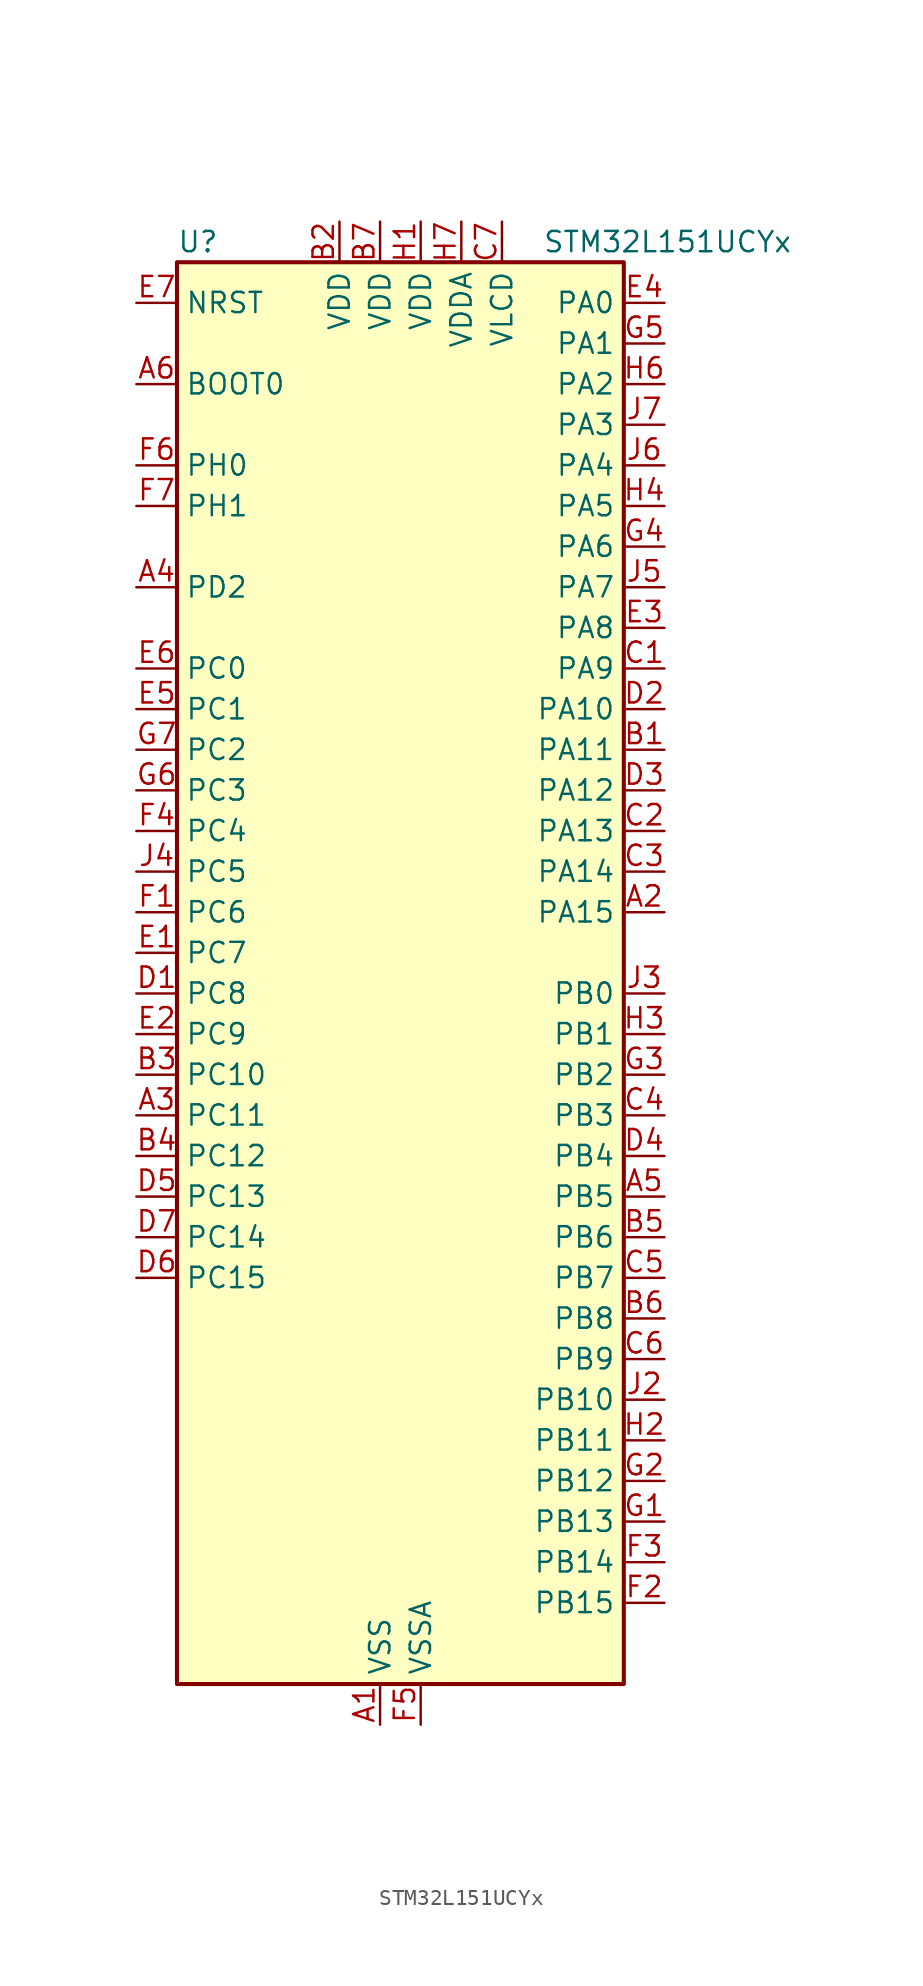
<source format=kicad_sym>
(kicad_symbol_lib
  (version 20220914)
  (generator kicad_symbol_editor)
  (symbol "STM32L151UCYx"
    (property "Reference" "U"
      (at -12.7 46.99 0)
      (effects (font (size 1.27 1.27)) (justify left)))
    (property "Value" "STM32L151UCYx"
      (at 10.16 46.99 0)
      (effects (font (size 1.27 1.27)) (justify left)))
    (property "ki_locked" ""
      (at 0 0 0)
      (effects (font (size 1.27 1.27))))
    (symbol "STM32L151UCYx_0_1"
      (rectangle (start -12.7 -43.18) (end 15.24 45.72) (stroke (width 0.254) (type default)) (fill (type background))))
    (symbol "STM32L151UCYx_1_1"
      (pin power_in line (at 0 -45.72 90) (length 2.54) (name "VSS" (effects (font (size 1.27 1.27)))) (number "A1" (effects (font (size 1.27 1.27)))))
      (pin bidirectional line (at 17.78 5.08 180) (length 2.54) (name "PA15" (effects (font (size 1.27 1.27)))) (number "A2" (effects (font (size 1.27 1.27)))) (alternate "ADC_EXTI15" bidirectional line) (alternate "I2S3_WS" bidirectional line) (alternate "SPI1_NSS" bidirectional line) (alternate "SPI3_NSS" bidirectional line) (alternate "SYS_JTDI" bidirectional line) (alternate "TIM2_CH1" bidirectional line) (alternate "TIM2_ETR" bidirectional line) (alternate "TIMX_IC4" bidirectional line) (alternate "TS_G5_IO3" bidirectional line))
      (pin bidirectional line (at -15.24 -7.62 0) (length 2.54) (name "PC11" (effects (font (size 1.27 1.27)))) (number "A3" (effects (font (size 1.27 1.27)))) (alternate "ADC_EXTI11" bidirectional line) (alternate "SPI3_MISO" bidirectional line) (alternate "TIMX_IC4" bidirectional line) (alternate "USART3_RX" bidirectional line))
      (pin bidirectional line (at -15.24 25.4 0) (length 2.54) (name "PD2" (effects (font (size 1.27 1.27)))) (number "A4" (effects (font (size 1.27 1.27)))) (alternate "TIM3_ETR" bidirectional line) (alternate "TIMX_IC3" bidirectional line))
      (pin bidirectional line (at 17.78 -12.7 180) (length 2.54) (name "PB5" (effects (font (size 1.27 1.27)))) (number "A5" (effects (font (size 1.27 1.27)))) (alternate "COMP2_INP" bidirectional line) (alternate "I2C1_SMBA" bidirectional line) (alternate "I2S3_SD" bidirectional line) (alternate "SPI1_MOSI" bidirectional line) (alternate "SPI3_MOSI" bidirectional line) (alternate "TIM3_CH2" bidirectional line) (alternate "TS_G6_IO2" bidirectional line))
      (pin input line (at -15.24 38.1 0) (length 2.54) (name "BOOT0" (effects (font (size 1.27 1.27)))) (number "A6" (effects (font (size 1.27 1.27)))))
      (pin passive line (at 0 -45.72 90) (length 2.54) hide (name "VSS" (effects (font (size 1.27 1.27)))) (number "A7" (effects (font (size 1.27 1.27)))))
      (pin bidirectional line (at 17.78 15.24 180) (length 2.54) (name "PA11" (effects (font (size 1.27 1.27)))) (number "B1" (effects (font (size 1.27 1.27)))) (alternate "ADC_EXTI11" bidirectional line) (alternate "SPI1_MISO" bidirectional line) (alternate "TIMX_IC4" bidirectional line) (alternate "USART1_CTS" bidirectional line) (alternate "USB_DM" bidirectional line))
      (pin power_in line (at -2.54 48.26 270) (length 2.54) (name "VDD" (effects (font (size 1.27 1.27)))) (number "B2" (effects (font (size 1.27 1.27)))))
      (pin bidirectional line (at -15.24 -5.08 0) (length 2.54) (name "PC10" (effects (font (size 1.27 1.27)))) (number "B3" (effects (font (size 1.27 1.27)))) (alternate "I2S3_CK" bidirectional line) (alternate "SPI3_SCK" bidirectional line) (alternate "TIMX_IC3" bidirectional line) (alternate "USART3_TX" bidirectional line))
      (pin bidirectional line (at -15.24 -10.16 0) (length 2.54) (name "PC12" (effects (font (size 1.27 1.27)))) (number "B4" (effects (font (size 1.27 1.27)))) (alternate "I2S3_SD" bidirectional line) (alternate "SPI3_MOSI" bidirectional line) (alternate "TIMX_IC1" bidirectional line) (alternate "USART3_CK" bidirectional line))
      (pin bidirectional line (at 17.78 -15.24 180) (length 2.54) (name "PB6" (effects (font (size 1.27 1.27)))) (number "B5" (effects (font (size 1.27 1.27)))) (alternate "COMP2_INP" bidirectional line) (alternate "I2C1_SCL" bidirectional line) (alternate "TIM4_CH1" bidirectional line) (alternate "TS_G6_IO3" bidirectional line) (alternate "USART1_TX" bidirectional line))
      (pin bidirectional line (at 17.78 -20.32 180) (length 2.54) (name "PB8" (effects (font (size 1.27 1.27)))) (number "B6" (effects (font (size 1.27 1.27)))) (alternate "I2C1_SCL" bidirectional line) (alternate "TIM10_CH1" bidirectional line) (alternate "TIM4_CH3" bidirectional line))
      (pin power_in line (at 0 48.26 270) (length 2.54) (name "VDD" (effects (font (size 1.27 1.27)))) (number "B7" (effects (font (size 1.27 1.27)))))
      (pin bidirectional line (at 17.78 20.32 180) (length 2.54) (name "PA9" (effects (font (size 1.27 1.27)))) (number "C1" (effects (font (size 1.27 1.27)))) (alternate "DAC_EXTI9" bidirectional line) (alternate "TIMX_IC2" bidirectional line) (alternate "TS_G4_IO2" bidirectional line) (alternate "USART1_TX" bidirectional line))
      (pin bidirectional line (at 17.78 10.16 180) (length 2.54) (name "PA13" (effects (font (size 1.27 1.27)))) (number "C2" (effects (font (size 1.27 1.27)))) (alternate "SYS_JTMS-SWDIO" bidirectional line) (alternate "TIMX_IC2" bidirectional line) (alternate "TS_G5_IO1" bidirectional line))
      (pin bidirectional line (at 17.78 7.62 180) (length 2.54) (name "PA14" (effects (font (size 1.27 1.27)))) (number "C3" (effects (font (size 1.27 1.27)))) (alternate "SYS_JTCK-SWCLK" bidirectional line) (alternate "TIMX_IC3" bidirectional line) (alternate "TS_G5_IO2" bidirectional line))
      (pin bidirectional line (at 17.78 -7.62 180) (length 2.54) (name "PB3" (effects (font (size 1.27 1.27)))) (number "C4" (effects (font (size 1.27 1.27)))) (alternate "COMP2_INM" bidirectional line) (alternate "I2S3_CK" bidirectional line) (alternate "SPI1_SCK" bidirectional line) (alternate "SPI3_SCK" bidirectional line) (alternate "SYS_JTDO-TRACESWO" bidirectional line) (alternate "TIM2_CH2" bidirectional line))
      (pin bidirectional line (at 17.78 -17.78 180) (length 2.54) (name "PB7" (effects (font (size 1.27 1.27)))) (number "C5" (effects (font (size 1.27 1.27)))) (alternate "COMP2_INP" bidirectional line) (alternate "I2C1_SDA" bidirectional line) (alternate "SYS_PVD_IN" bidirectional line) (alternate "TIM4_CH2" bidirectional line) (alternate "TS_G6_IO4" bidirectional line) (alternate "USART1_RX" bidirectional line))
      (pin bidirectional line (at 17.78 -22.86 180) (length 2.54) (name "PB9" (effects (font (size 1.27 1.27)))) (number "C6" (effects (font (size 1.27 1.27)))) (alternate "DAC_EXTI9" bidirectional line) (alternate "I2C1_SDA" bidirectional line) (alternate "TIM11_CH1" bidirectional line) (alternate "TIM4_CH4" bidirectional line))
      (pin power_in line (at 7.62 48.26 270) (length 2.54) (name "VLCD" (effects (font (size 1.27 1.27)))) (number "C7" (effects (font (size 1.27 1.27)))))
      (pin bidirectional line (at -15.24 0 0) (length 2.54) (name "PC8" (effects (font (size 1.27 1.27)))) (number "D1" (effects (font (size 1.27 1.27)))) (alternate "TIM3_CH3" bidirectional line) (alternate "TIMX_IC1" bidirectional line) (alternate "TS_G10_IO3" bidirectional line))
      (pin bidirectional line (at 17.78 17.78 180) (length 2.54) (name "PA10" (effects (font (size 1.27 1.27)))) (number "D2" (effects (font (size 1.27 1.27)))) (alternate "TIMX_IC3" bidirectional line) (alternate "TS_G4_IO3" bidirectional line) (alternate "USART1_RX" bidirectional line))
      (pin bidirectional line (at 17.78 12.7 180) (length 2.54) (name "PA12" (effects (font (size 1.27 1.27)))) (number "D3" (effects (font (size 1.27 1.27)))) (alternate "SPI1_MOSI" bidirectional line) (alternate "TIMX_IC1" bidirectional line) (alternate "USART1_RTS" bidirectional line) (alternate "USB_DP" bidirectional line))
      (pin bidirectional line (at 17.78 -10.16 180) (length 2.54) (name "PB4" (effects (font (size 1.27 1.27)))) (number "D4" (effects (font (size 1.27 1.27)))) (alternate "COMP2_INP" bidirectional line) (alternate "SPI1_MISO" bidirectional line) (alternate "SPI3_MISO" bidirectional line) (alternate "SYS_JTRST" bidirectional line) (alternate "TIM3_CH1" bidirectional line) (alternate "TS_G6_IO1" bidirectional line))
      (pin bidirectional line (at -15.24 -12.7 0) (length 2.54) (name "PC13" (effects (font (size 1.27 1.27)))) (number "D5" (effects (font (size 1.27 1.27)))) (alternate "RTC_OUT_ALARM" bidirectional line) (alternate "RTC_OUT_CALIB" bidirectional line) (alternate "RTC_TAMP1" bidirectional line) (alternate "RTC_TS" bidirectional line) (alternate "SYS_WKUP2" bidirectional line) (alternate "TIMX_IC2" bidirectional line))
      (pin bidirectional line (at -15.24 -17.78 0) (length 2.54) (name "PC15" (effects (font (size 1.27 1.27)))) (number "D6" (effects (font (size 1.27 1.27)))) (alternate "ADC_EXTI15" bidirectional line) (alternate "RCC_OSC32_OUT" bidirectional line) (alternate "TIMX_IC4" bidirectional line))
      (pin bidirectional line (at -15.24 -15.24 0) (length 2.54) (name "PC14" (effects (font (size 1.27 1.27)))) (number "D7" (effects (font (size 1.27 1.27)))) (alternate "RCC_OSC32_IN" bidirectional line) (alternate "TIMX_IC3" bidirectional line))
      (pin bidirectional line (at -15.24 2.54 0) (length 2.54) (name "PC7" (effects (font (size 1.27 1.27)))) (number "E1" (effects (font (size 1.27 1.27)))) (alternate "I2S3_MCK" bidirectional line) (alternate "TIM3_CH2" bidirectional line) (alternate "TIMX_IC4" bidirectional line) (alternate "TS_G10_IO2" bidirectional line))
      (pin bidirectional line (at -15.24 -2.54 0) (length 2.54) (name "PC9" (effects (font (size 1.27 1.27)))) (number "E2" (effects (font (size 1.27 1.27)))) (alternate "DAC_EXTI9" bidirectional line) (alternate "TIM3_CH4" bidirectional line) (alternate "TIMX_IC2" bidirectional line) (alternate "TS_G10_IO4" bidirectional line))
      (pin bidirectional line (at 17.78 22.86 180) (length 2.54) (name "PA8" (effects (font (size 1.27 1.27)))) (number "E3" (effects (font (size 1.27 1.27)))) (alternate "RCC_MCO" bidirectional line) (alternate "TIMX_IC1" bidirectional line) (alternate "TS_G4_IO1" bidirectional line) (alternate "USART1_CK" bidirectional line))
      (pin bidirectional line (at 17.78 43.18 180) (length 2.54) (name "PA0" (effects (font (size 1.27 1.27)))) (number "E4" (effects (font (size 1.27 1.27)))) (alternate "ADC_IN0" bidirectional line) (alternate "COMP1_INP" bidirectional line) (alternate "RTC_TAMP2" bidirectional line) (alternate "SYS_WKUP1" bidirectional line) (alternate "TIM2_CH1" bidirectional line) (alternate "TIM2_ETR" bidirectional line) (alternate "TIM5_CH1" bidirectional line) (alternate "TIMX_IC1" bidirectional line) (alternate "TS_G1_IO1" bidirectional line) (alternate "USART2_CTS" bidirectional line))
      (pin bidirectional line (at -15.24 17.78 0) (length 2.54) (name "PC1" (effects (font (size 1.27 1.27)))) (number "E5" (effects (font (size 1.27 1.27)))) (alternate "ADC_IN11" bidirectional line) (alternate "COMP1_INP" bidirectional line) (alternate "TIMX_IC2" bidirectional line) (alternate "TS_G8_IO2" bidirectional line))
      (pin bidirectional line (at -15.24 20.32 0) (length 2.54) (name "PC0" (effects (font (size 1.27 1.27)))) (number "E6" (effects (font (size 1.27 1.27)))) (alternate "ADC_IN10" bidirectional line) (alternate "COMP1_INP" bidirectional line) (alternate "TIMX_IC1" bidirectional line) (alternate "TS_G8_IO1" bidirectional line))
      (pin input line (at -15.24 43.18 0) (length 2.54) (name "NRST" (effects (font (size 1.27 1.27)))) (number "E7" (effects (font (size 1.27 1.27)))))
      (pin bidirectional line (at -15.24 5.08 0) (length 2.54) (name "PC6" (effects (font (size 1.27 1.27)))) (number "F1" (effects (font (size 1.27 1.27)))) (alternate "I2S2_MCK" bidirectional line) (alternate "TIM3_CH1" bidirectional line) (alternate "TIMX_IC3" bidirectional line) (alternate "TS_G10_IO1" bidirectional line))
      (pin bidirectional line (at 17.78 -38.1 180) (length 2.54) (name "PB15" (effects (font (size 1.27 1.27)))) (number "F2" (effects (font (size 1.27 1.27)))) (alternate "ADC_EXTI15" bidirectional line) (alternate "ADC_IN21" bidirectional line) (alternate "COMP1_INP" bidirectional line) (alternate "I2S2_SD" bidirectional line) (alternate "RTC_REFIN" bidirectional line) (alternate "SPI2_MOSI" bidirectional line) (alternate "TIM11_CH1" bidirectional line) (alternate "TS_G7_IO4" bidirectional line))
      (pin bidirectional line (at 17.78 -35.56 180) (length 2.54) (name "PB14" (effects (font (size 1.27 1.27)))) (number "F3" (effects (font (size 1.27 1.27)))) (alternate "ADC_IN20" bidirectional line) (alternate "COMP1_INP" bidirectional line) (alternate "SPI2_MISO" bidirectional line) (alternate "TIM9_CH2" bidirectional line) (alternate "TS_G7_IO3" bidirectional line) (alternate "USART3_RTS" bidirectional line))
      (pin bidirectional line (at -15.24 10.16 0) (length 2.54) (name "PC4" (effects (font (size 1.27 1.27)))) (number "F4" (effects (font (size 1.27 1.27)))) (alternate "ADC_IN14" bidirectional line) (alternate "COMP1_INP" bidirectional line) (alternate "TIMX_IC1" bidirectional line) (alternate "TS_G9_IO1" bidirectional line))
      (pin power_in line (at 2.54 -45.72 90) (length 2.54) (name "VSSA" (effects (font (size 1.27 1.27)))) (number "F5" (effects (font (size 1.27 1.27)))))
      (pin bidirectional line (at -15.24 33.02 0) (length 2.54) (name "PH0" (effects (font (size 1.27 1.27)))) (number "F6" (effects (font (size 1.27 1.27)))) (alternate "RCC_OSC_IN" bidirectional line))
      (pin bidirectional line (at -15.24 30.48 0) (length 2.54) (name "PH1" (effects (font (size 1.27 1.27)))) (number "F7" (effects (font (size 1.27 1.27)))) (alternate "RCC_OSC_OUT" bidirectional line))
      (pin bidirectional line (at 17.78 -33.02 180) (length 2.54) (name "PB13" (effects (font (size 1.27 1.27)))) (number "G1" (effects (font (size 1.27 1.27)))) (alternate "ADC_IN19" bidirectional line) (alternate "COMP1_INP" bidirectional line) (alternate "I2S2_CK" bidirectional line) (alternate "SPI2_SCK" bidirectional line) (alternate "TIM9_CH1" bidirectional line) (alternate "TS_G7_IO2" bidirectional line) (alternate "USART3_CTS" bidirectional line))
      (pin bidirectional line (at 17.78 -30.48 180) (length 2.54) (name "PB12" (effects (font (size 1.27 1.27)))) (number "G2" (effects (font (size 1.27 1.27)))) (alternate "ADC_IN18" bidirectional line) (alternate "COMP1_INP" bidirectional line) (alternate "I2C2_SMBA" bidirectional line) (alternate "I2S2_WS" bidirectional line) (alternate "SPI2_NSS" bidirectional line) (alternate "TIM10_CH1" bidirectional line) (alternate "TS_G7_IO1" bidirectional line) (alternate "USART3_CK" bidirectional line))
      (pin bidirectional line (at 17.78 -5.08 180) (length 2.54) (name "PB2" (effects (font (size 1.27 1.27)))) (number "G3" (effects (font (size 1.27 1.27)))) (alternate "TS_G3_IO3" bidirectional line))
      (pin bidirectional line (at 17.78 27.94 180) (length 2.54) (name "PA6" (effects (font (size 1.27 1.27)))) (number "G4" (effects (font (size 1.27 1.27)))) (alternate "ADC_IN6" bidirectional line) (alternate "COMP1_INP" bidirectional line) (alternate "OPAMP2_VINP" bidirectional line) (alternate "SPI1_MISO" bidirectional line) (alternate "TIM10_CH1" bidirectional line) (alternate "TIM3_CH1" bidirectional line) (alternate "TIMX_IC3" bidirectional line) (alternate "TS_G2_IO1" bidirectional line))
      (pin bidirectional line (at 17.78 40.64 180) (length 2.54) (name "PA1" (effects (font (size 1.27 1.27)))) (number "G5" (effects (font (size 1.27 1.27)))) (alternate "ADC_IN1" bidirectional line) (alternate "COMP1_INP" bidirectional line) (alternate "OPAMP1_VINP" bidirectional line) (alternate "TIM2_CH2" bidirectional line) (alternate "TIM5_CH2" bidirectional line) (alternate "TIMX_IC2" bidirectional line) (alternate "TS_G1_IO2" bidirectional line) (alternate "USART2_RTS" bidirectional line))
      (pin bidirectional line (at -15.24 12.7 0) (length 2.54) (name "PC3" (effects (font (size 1.27 1.27)))) (number "G6" (effects (font (size 1.27 1.27)))) (alternate "ADC_IN13" bidirectional line) (alternate "COMP1_INP" bidirectional line) (alternate "TIMX_IC4" bidirectional line) (alternate "TS_G8_IO4" bidirectional line))
      (pin bidirectional line (at -15.24 15.24 0) (length 2.54) (name "PC2" (effects (font (size 1.27 1.27)))) (number "G7" (effects (font (size 1.27 1.27)))) (alternate "ADC_IN12" bidirectional line) (alternate "COMP1_INP" bidirectional line) (alternate "TIMX_IC3" bidirectional line) (alternate "TS_G8_IO3" bidirectional line))
      (pin power_in line (at 2.54 48.26 270) (length 2.54) (name "VDD" (effects (font (size 1.27 1.27)))) (number "H1" (effects (font (size 1.27 1.27)))))
      (pin bidirectional line (at 17.78 -27.94 180) (length 2.54) (name "PB11" (effects (font (size 1.27 1.27)))) (number "H2" (effects (font (size 1.27 1.27)))) (alternate "ADC_EXTI11" bidirectional line) (alternate "I2C2_SDA" bidirectional line) (alternate "TIM2_CH4" bidirectional line) (alternate "USART3_RX" bidirectional line))
      (pin bidirectional line (at 17.78 -2.54 180) (length 2.54) (name "PB1" (effects (font (size 1.27 1.27)))) (number "H3" (effects (font (size 1.27 1.27)))) (alternate "ADC_IN9" bidirectional line) (alternate "COMP1_INP" bidirectional line) (alternate "SYS_V_REF_OUT" bidirectional line) (alternate "TIM3_CH4" bidirectional line) (alternate "TS_G3_IO2" bidirectional line))
      (pin bidirectional line (at 17.78 30.48 180) (length 2.54) (name "PA5" (effects (font (size 1.27 1.27)))) (number "H4" (effects (font (size 1.27 1.27)))) (alternate "ADC_IN5" bidirectional line) (alternate "COMP1_INP" bidirectional line) (alternate "DAC_OUT2" bidirectional line) (alternate "SPI1_SCK" bidirectional line) (alternate "TIM2_CH1" bidirectional line) (alternate "TIM2_ETR" bidirectional line) (alternate "TIMX_IC2" bidirectional line))
      (pin passive line (at 0 -45.72 90) (length 2.54) hide (name "VSS" (effects (font (size 1.27 1.27)))) (number "H5" (effects (font (size 1.27 1.27)))))
      (pin bidirectional line (at 17.78 38.1 180) (length 2.54) (name "PA2" (effects (font (size 1.27 1.27)))) (number "H6" (effects (font (size 1.27 1.27)))) (alternate "ADC_IN2" bidirectional line) (alternate "COMP1_INP" bidirectional line) (alternate "OPAMP1_VINM" bidirectional line) (alternate "TIM2_CH3" bidirectional line) (alternate "TIM5_CH3" bidirectional line) (alternate "TIM9_CH1" bidirectional line) (alternate "TIMX_IC3" bidirectional line) (alternate "TS_G1_IO3" bidirectional line) (alternate "USART2_TX" bidirectional line))
      (pin power_in line (at 5.08 48.26 270) (length 2.54) (name "VDDA" (effects (font (size 1.27 1.27)))) (number "H7" (effects (font (size 1.27 1.27)))))
      (pin passive line (at 0 -45.72 90) (length 2.54) hide (name "VSS" (effects (font (size 1.27 1.27)))) (number "J1" (effects (font (size 1.27 1.27)))))
      (pin bidirectional line (at 17.78 -25.4 180) (length 2.54) (name "PB10" (effects (font (size 1.27 1.27)))) (number "J2" (effects (font (size 1.27 1.27)))) (alternate "I2C2_SCL" bidirectional line) (alternate "TIM2_CH3" bidirectional line) (alternate "USART3_TX" bidirectional line))
      (pin bidirectional line (at 17.78 0 180) (length 2.54) (name "PB0" (effects (font (size 1.27 1.27)))) (number "J3" (effects (font (size 1.27 1.27)))) (alternate "ADC_IN8" bidirectional line) (alternate "COMP1_INP" bidirectional line) (alternate "OPAMP2_VOUT" bidirectional line) (alternate "SYS_V_REF_OUT" bidirectional line) (alternate "TIM3_CH3" bidirectional line) (alternate "TS_G3_IO1" bidirectional line))
      (pin bidirectional line (at -15.24 7.62 0) (length 2.54) (name "PC5" (effects (font (size 1.27 1.27)))) (number "J4" (effects (font (size 1.27 1.27)))) (alternate "ADC_IN15" bidirectional line) (alternate "COMP1_INP" bidirectional line) (alternate "TIMX_IC2" bidirectional line) (alternate "TS_G9_IO2" bidirectional line))
      (pin bidirectional line (at 17.78 25.4 180) (length 2.54) (name "PA7" (effects (font (size 1.27 1.27)))) (number "J5" (effects (font (size 1.27 1.27)))) (alternate "ADC_IN7" bidirectional line) (alternate "COMP1_INP" bidirectional line) (alternate "OPAMP2_VINM" bidirectional line) (alternate "SPI1_MOSI" bidirectional line) (alternate "TIM11_CH1" bidirectional line) (alternate "TIM3_CH2" bidirectional line) (alternate "TIMX_IC4" bidirectional line) (alternate "TS_G2_IO2" bidirectional line))
      (pin bidirectional line (at 17.78 33.02 180) (length 2.54) (name "PA4" (effects (font (size 1.27 1.27)))) (number "J6" (effects (font (size 1.27 1.27)))) (alternate "ADC_IN4" bidirectional line) (alternate "COMP1_INP" bidirectional line) (alternate "DAC_OUT1" bidirectional line) (alternate "I2S3_WS" bidirectional line) (alternate "SPI1_NSS" bidirectional line) (alternate "SPI3_NSS" bidirectional line) (alternate "TIMX_IC1" bidirectional line) (alternate "USART2_CK" bidirectional line))
      (pin bidirectional line (at 17.78 35.56 180) (length 2.54) (name "PA3" (effects (font (size 1.27 1.27)))) (number "J7" (effects (font (size 1.27 1.27)))) (alternate "ADC_IN3" bidirectional line) (alternate "COMP1_INP" bidirectional line) (alternate "OPAMP1_VOUT" bidirectional line) (alternate "TIM2_CH4" bidirectional line) (alternate "TIM5_CH4" bidirectional line) (alternate "TIM9_CH2" bidirectional line) (alternate "TIMX_IC4" bidirectional line) (alternate "TS_G1_IO4" bidirectional line) (alternate "USART2_RX" bidirectional line)))))
</source>
